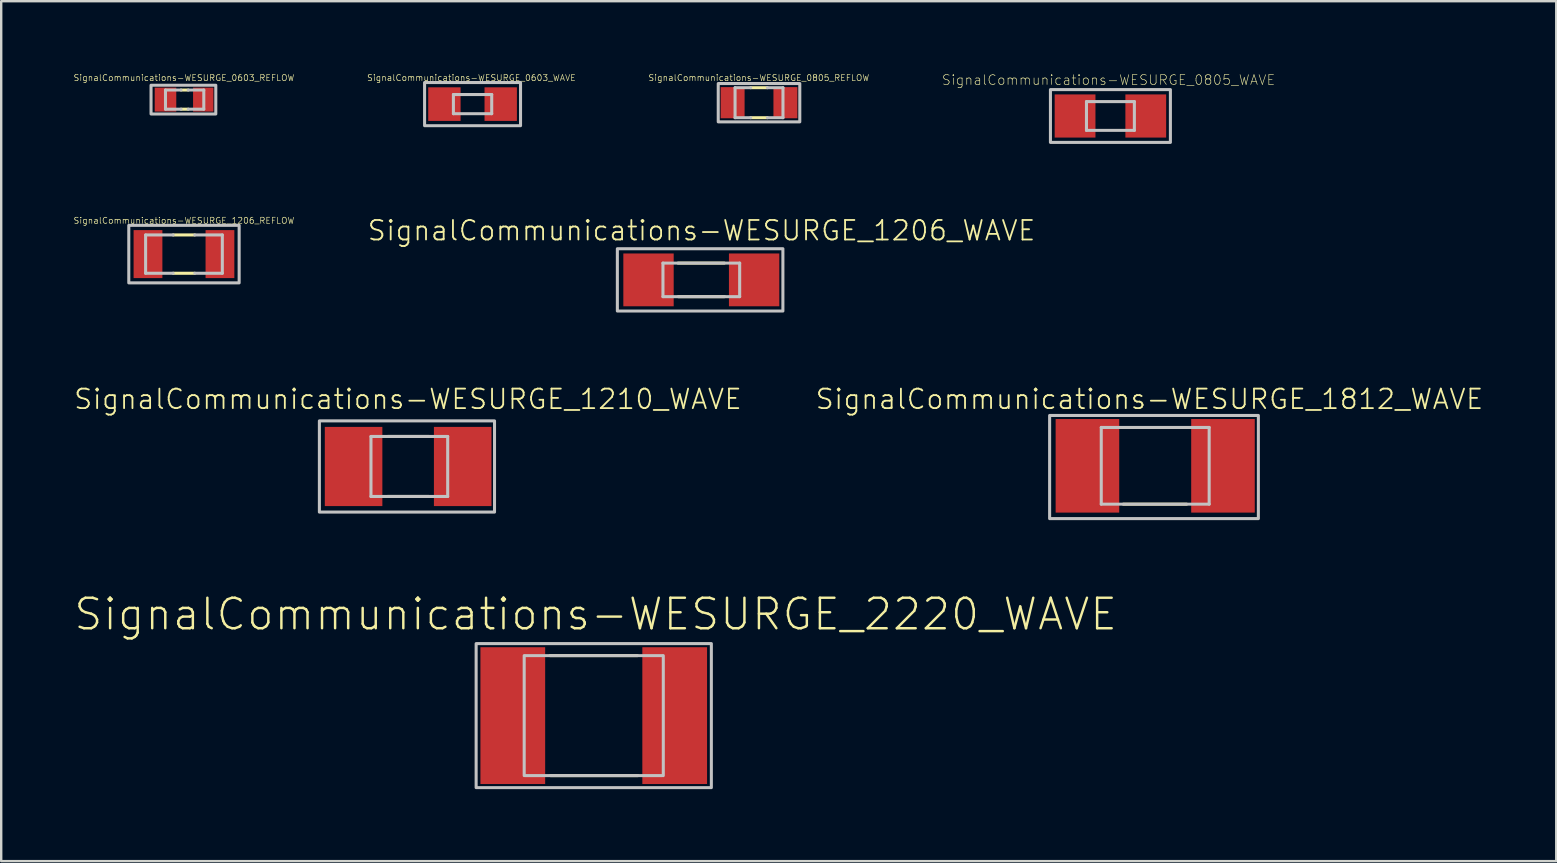
<source format=kicad_pcb>
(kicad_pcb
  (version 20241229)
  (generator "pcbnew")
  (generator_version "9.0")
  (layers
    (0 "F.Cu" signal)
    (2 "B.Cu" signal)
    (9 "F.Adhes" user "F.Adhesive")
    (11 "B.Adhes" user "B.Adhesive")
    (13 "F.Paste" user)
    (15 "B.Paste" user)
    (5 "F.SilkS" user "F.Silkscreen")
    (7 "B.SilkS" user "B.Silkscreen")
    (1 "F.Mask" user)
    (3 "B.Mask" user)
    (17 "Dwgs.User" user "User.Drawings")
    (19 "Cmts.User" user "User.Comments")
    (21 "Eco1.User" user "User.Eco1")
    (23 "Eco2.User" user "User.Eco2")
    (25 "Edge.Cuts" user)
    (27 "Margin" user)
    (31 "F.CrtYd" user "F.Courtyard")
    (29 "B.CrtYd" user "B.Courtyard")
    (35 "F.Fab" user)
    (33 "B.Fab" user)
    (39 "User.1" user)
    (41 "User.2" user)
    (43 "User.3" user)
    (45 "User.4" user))
  (footprint "SignalCommunications-WESURGE_1812_WAVE"
    (layer "F.Cu")
    (at 45.081 16.358)
    (property "Reference" "SignalCommunications-WESURGE_1812_WAVE" (at -0.239 -2.776 0) (layer "F.SilkS") (effects (font (size 0.813 0.813) (thickness 0.076))))
    (attr smd)
    (fp_line (start -1.328 1.598) (end 1.308 1.598) (stroke (width 0.127) (type solid)) (layer "F.SilkS"))
    (fp_line (start -2.248 -1.598) (end -2.248 1.598) (stroke (width 0.127) (type solid)) (layer "Dwgs.User"))
    (fp_line (start -2.248 -1.598) (end 2.248 -1.598) (stroke (width 0.127) (type solid)) (layer "Dwgs.User"))
    (fp_line (start -2.248 1.598) (end 2.248 1.598) (stroke (width 0.127) (type solid)) (layer "Dwgs.User"))
    (fp_line (start 2.248 -1.598) (end 2.248 1.598) (stroke (width 0.127) (type solid)) (layer "Dwgs.User"))
    (fp_poly (pts (xy -4.399 -2.098) (xy 4.298 -2.098) (xy 4.298 2.2) (xy -4.399 2.2) (xy -4.399 -2.098)) (stroke (width 0.127) (type solid)) (fill no) (layer "Dwgs.User"))
    (pad "1" smd rect (at -2.824 0) (size 2.649 3.899) (layers "F.Cu" "F.Mask" "F.Paste"))
    (pad "2" smd rect (at 2.824 0) (size 2.649 3.899) (layers "F.Cu" "F.Mask" "F.Paste")))
  (footprint "SignalCommunications-WESURGE_1206_WAVE"
    (layer "F.Cu")
    (at 26.17 8.611)
    (property "Reference" "SignalCommunications-WESURGE_1206_WAVE" (at 0.008 -2.055 0) (layer "F.SilkS") (effects (font (size 0.813 0.813) (thickness 0.076))))
    (attr smd)
    (fp_line (start -0.968 -0.699) (end 0.958 -0.699) (stroke (width 0.127) (type solid)) (layer "F.SilkS"))
    (fp_line (start -0.958 0.699) (end 0.968 0.699) (stroke (width 0.127) (type solid)) (layer "F.SilkS"))
    (fp_line (start -1.598 -0.699) (end -1.598 0.699) (stroke (width 0.127) (type solid)) (layer "Dwgs.User"))
    (fp_line (start -1.598 -0.699) (end 1.598 -0.699) (stroke (width 0.127) (type solid)) (layer "Dwgs.User"))
    (fp_line (start -1.598 0.699) (end 1.598 0.699) (stroke (width 0.127) (type solid)) (layer "Dwgs.User"))
    (fp_line (start 1.598 -0.699) (end 1.598 0.699) (stroke (width 0.127) (type solid)) (layer "Dwgs.User"))
    (fp_poly (pts (xy -3.498 -1.298) (xy 3.399 -1.298) (xy 3.399 1.298) (xy -3.498 1.298) (xy -3.498 -1.298)) (stroke (width 0.127) (type solid)) (fill no) (layer "Dwgs.User"))
    (pad "1" smd rect (at -2.2 0) (size 2.098 2.2) (layers "F.Cu" "F.Mask" "F.Paste"))
    (pad "2" smd rect (at 2.2 0) (size 2.098 2.2) (layers "F.Cu" "F.Mask" "F.Paste")))
  (footprint "SignalCommunications-WESURGE_2220_WAVE"
    (layer "F.Cu")
    (at 21.688 26.766)
    (property "Reference" "SignalCommunications-WESURGE_2220_WAVE" (at 0.079 -4.224 0) (layer "F.SilkS") (effects (font (size 1.27 1.27) (thickness 0.102))))
    (attr smd)
    (fp_line (start -1.819 -2.499) (end 1.819 -2.499) (stroke (width 0.127) (type solid)) (layer "F.SilkS"))
    (fp_line (start -1.798 2.499) (end 1.839 2.499) (stroke (width 0.127) (type solid)) (layer "F.SilkS"))
    (fp_line (start -2.898 -2.499) (end -2.898 2.499) (stroke (width 0.127) (type solid)) (layer "Dwgs.User"))
    (fp_line (start -2.85 -2.499) (end 2.85 -2.499) (stroke (width 0.127) (type solid)) (layer "Dwgs.User"))
    (fp_line (start -2.85 2.499) (end 2.85 2.499) (stroke (width 0.127) (type solid)) (layer "Dwgs.User"))
    (fp_line (start 2.898 -2.499) (end 2.898 2.499) (stroke (width 0.127) (type solid)) (layer "Dwgs.User"))
    (fp_poly (pts (xy 4.9 -3) (xy 4.9 3) (xy -4.9 3) (xy -4.9 -3) (xy 4.9 -3)) (stroke (width 0.127) (type solid)) (fill no) (layer "Dwgs.User"))
    (pad "1" smd rect (at -3.373 0) (size 2.697 5.7) (layers "F.Cu" "F.Mask" "F.Paste"))
    (pad "2" smd rect (at 3.373 0) (size 2.697 5.7) (layers "F.Cu" "F.Mask" "F.Paste")))
  (footprint "SignalCommunications-WESURGE_1206_REFLOW"
    (layer "F.Cu")
    (at 4.615 7.537)
    (property "Reference" "SignalCommunications-WESURGE_1206_REFLOW" (at 0 -1.397 0) (layer "F.SilkS") (effects (font (size 0.254 0.254) (thickness 0.025))))
    (attr smd)
    (fp_line (start -0.45 -0.798) (end 0.45 -0.798) (stroke (width 0.127) (type solid)) (layer "F.SilkS"))
    (fp_line (start -0.45 0.798) (end 0.45 0.798) (stroke (width 0.127) (type solid)) (layer "F.SilkS"))
    (fp_line (start -1.598 -0.798) (end -1.598 0.798) (stroke (width 0.127) (type solid)) (layer "Dwgs.User"))
    (fp_line (start -1.598 -0.798) (end -0.45 -0.798) (stroke (width 0.127) (type solid)) (layer "Dwgs.User"))
    (fp_line (start -1.598 0.798) (end -0.45 0.798) (stroke (width 0.127) (type solid)) (layer "Dwgs.User"))
    (fp_line (start 0.45 -0.798) (end 1.598 -0.798) (stroke (width 0.127) (type solid)) (layer "Dwgs.User"))
    (fp_line (start 0.45 0.798) (end 1.598 0.798) (stroke (width 0.127) (type solid)) (layer "Dwgs.User"))
    (fp_line (start 1.598 -0.798) (end 1.598 0.798) (stroke (width 0.127) (type solid)) (layer "Dwgs.User"))
    (fp_poly (pts (xy -2.299 -1.199) (xy 2.299 -1.199) (xy 2.299 1.199) (xy -2.299 1.199) (xy -2.299 -1.199)) (stroke (width 0.127) (type solid)) (fill no) (layer "Dwgs.User"))
    (pad "1" smd rect (at -1.499 0) (size 1.199 1.999) (layers "F.Cu" "F.Mask" "F.Paste"))
    (pad "2" smd rect (at 1.499 0) (size 1.199 1.999) (layers "F.Cu" "F.Mask" "F.Paste")))
  (footprint "SignalCommunications-WESURGE_0805_WAVE"
    (layer "F.Cu")
    (at 43.215 1.783)
    (property "Reference" "SignalCommunications-WESURGE_0805_WAVE" (at -0.079 -1.501 0) (layer "F.SilkS") (effects (font (size 0.406 0.406) (thickness 0.025))))
    (attr smd)
    (fp_line (start -0.998 -0.599) (end -0.998 0.599) (stroke (width 0.127) (type solid)) (layer "Dwgs.User"))
    (fp_line (start -0.998 -0.599) (end 0.998 -0.599) (stroke (width 0.127) (type solid)) (layer "Dwgs.User"))
    (fp_line (start -0.998 0.599) (end 0.998 0.599) (stroke (width 0.127) (type solid)) (layer "Dwgs.User"))
    (fp_line (start 0.998 -0.599) (end 0.998 0.599) (stroke (width 0.127) (type solid)) (layer "Dwgs.User"))
    (fp_poly (pts (xy -2.499 -1.1) (xy 2.499 -1.1) (xy 2.499 1.1) (xy -2.499 1.1) (xy -2.499 -1.1)) (stroke (width 0.127) (type solid)) (fill no) (layer "Dwgs.User"))
    (pad "1" smd rect (at -1.473 0) (size 1.699 1.798) (layers "F.Cu" "F.Mask" "F.Paste"))
    (pad "2" smd rect (at 1.473 0) (size 1.699 1.798) (layers "F.Cu" "F.Mask" "F.Paste")))
  (footprint "SignalCommunications-WESURGE_1210_WAVE"
    (layer "F.Cu")
    (at 13.955 16.386)
    (property "Reference" "SignalCommunications-WESURGE_1210_WAVE" (at -0.008 -2.804 0) (layer "F.SilkS") (effects (font (size 0.813 0.813) (thickness 0.076))))
    (attr smd)
    (fp_line (start -0.869 1.25) (end 0.869 1.25) (stroke (width 0.127) (type solid)) (layer "F.SilkS"))
    (fp_line (start -0.859 -1.25) (end 0.879 -1.25) (stroke (width 0.127) (type solid)) (layer "F.SilkS"))
    (fp_line (start -1.549 -1.25) (end -1.549 1.25) (stroke (width 0.127) (type solid)) (layer "Dwgs.User"))
    (fp_line (start -1.549 -1.25) (end 1.648 -1.25) (stroke (width 0.127) (type solid)) (layer "Dwgs.User"))
    (fp_line (start -1.549 1.25) (end 1.648 1.25) (stroke (width 0.127) (type solid)) (layer "Dwgs.User"))
    (fp_line (start 1.648 -1.25) (end 1.648 1.25) (stroke (width 0.127) (type solid)) (layer "Dwgs.User"))
    (fp_poly (pts (xy -3.698 -1.9) (xy 3.599 -1.9) (xy 3.599 1.9) (xy -3.698 1.9) (xy -3.698 -1.9)) (stroke (width 0.127) (type solid)) (fill no) (layer "Dwgs.User"))
    (pad "1" smd rect (at -2.273 0) (size 2.398 3.299) (layers "F.Cu" "F.Mask" "F.Paste"))
    (pad "2" smd rect (at 2.273 0) (size 2.398 3.299) (layers "F.Cu" "F.Mask" "F.Paste")))
  (footprint "SignalCommunications-WESURGE_0603_WAVE"
    (layer "F.Cu")
    (at 16.639 1.288)
    (property "Reference" "SignalCommunications-WESURGE_0603_WAVE" (at -0.048 -1.095 0) (layer "F.SilkS") (effects (font (size 0.254 0.254) (thickness 0.025))))
    (attr smd)
    (fp_line (start -0.798 -0.399) (end -0.798 0.399) (stroke (width 0.127) (type solid)) (layer "Dwgs.User"))
    (fp_line (start -0.798 -0.399) (end 0.798 -0.399) (stroke (width 0.127) (type solid)) (layer "Dwgs.User"))
    (fp_line (start -0.798 0.399) (end 0.798 0.399) (stroke (width 0.127) (type solid)) (layer "Dwgs.User"))
    (fp_line (start 0.798 -0.399) (end 0.798 0.399) (stroke (width 0.127) (type solid)) (layer "Dwgs.User"))
    (fp_poly (pts (xy -1.999 -0.899) (xy 1.999 -0.899) (xy 1.999 0.899) (xy -1.999 0.899) (xy -1.999 -0.899)) (stroke (width 0.127) (type solid)) (fill no) (layer "Dwgs.User"))
    (pad "1" smd rect (at -1.173 0) (size 1.349 1.4) (layers "F.Cu" "F.Mask" "F.Paste"))
    (pad "2" smd rect (at 1.173 0) (size 1.349 1.4) (layers "F.Cu" "F.Mask" "F.Paste")))
  (footprint "SignalCommunications-WESURGE_0805_REFLOW"
    (layer "F.Cu")
    (at 28.574 1.229)
    (property "Reference" "SignalCommunications-WESURGE_0805_REFLOW" (at -0.008 -1.036 0) (layer "F.SilkS") (effects (font (size 0.254 0.254) (thickness 0.025))))
    (attr smd)
    (fp_line (start -0.348 -0.625) (end 0.348 -0.625) (stroke (width 0.127) (type solid)) (layer "F.SilkS"))
    (fp_line (start -0.348 0.625) (end 0.348 0.625) (stroke (width 0.127) (type solid)) (layer "F.SilkS"))
    (fp_line (start -0.998 -0.625) (end -0.998 0.625) (stroke (width 0.127) (type solid)) (layer "Dwgs.User"))
    (fp_line (start -0.998 -0.625) (end -0.348 -0.625) (stroke (width 0.127) (type solid)) (layer "Dwgs.User"))
    (fp_line (start -0.998 0.625) (end -0.348 0.625) (stroke (width 0.127) (type solid)) (layer "Dwgs.User"))
    (fp_line (start 0.348 -0.625) (end 0.998 -0.625) (stroke (width 0.127) (type solid)) (layer "Dwgs.User"))
    (fp_line (start 0.348 0.625) (end 0.998 0.625) (stroke (width 0.127) (type solid)) (layer "Dwgs.User"))
    (fp_line (start 0.998 -0.625) (end 0.998 0.625) (stroke (width 0.127) (type solid)) (layer "Dwgs.User"))
    (fp_poly (pts (xy 1.699 -0.798) (xy 1.699 0.798) (xy -1.699 0.798) (xy -1.699 -0.798) (xy 1.699 -0.798)) (stroke (width 0.127) (type solid)) (fill no) (layer "Dwgs.User"))
    (pad "1" smd rect (at -1.1 0) (size 0.998 1.298) (layers "F.Cu" "F.Mask" "F.Paste"))
    (pad "2" smd rect (at 1.1 0) (size 0.998 1.298) (layers "F.Cu" "F.Mask" "F.Paste")))
  (footprint "SignalCommunications-WESURGE_0603_REFLOW"
    (layer "F.Cu")
    (at 4.643 1.1)
    (property "Reference" "SignalCommunications-WESURGE_0603_REFLOW" (at -0.028 -0.907 0) (layer "F.SilkS") (effects (font (size 0.254 0.254) (thickness 0.025))))
    (attr smd)
    (fp_line (start -0.15 -0.399) (end 0.15 -0.399) (stroke (width 0.127) (type solid)) (layer "F.SilkS"))
    (fp_line (start -0.15 0.399) (end 0.15 0.399) (stroke (width 0.127) (type solid)) (layer "F.SilkS"))
    (fp_line (start -0.798 -0.399) (end -0.798 0.399) (stroke (width 0.127) (type solid)) (layer "Dwgs.User"))
    (fp_line (start -0.798 -0.399) (end -0.15 -0.399) (stroke (width 0.127) (type solid)) (layer "Dwgs.User"))
    (fp_line (start -0.798 0.399) (end -0.15 0.399) (stroke (width 0.127) (type solid)) (layer "Dwgs.User"))
    (fp_line (start 0.15 -0.399) (end 0.798 -0.399) (stroke (width 0.127) (type solid)) (layer "Dwgs.User"))
    (fp_line (start 0.15 0.399) (end 0.798 0.399) (stroke (width 0.127) (type solid)) (layer "Dwgs.User"))
    (fp_line (start 0.798 -0.399) (end 0.798 0.399) (stroke (width 0.127) (type solid)) (layer "Dwgs.User"))
    (fp_poly (pts (xy -1.4 -0.599) (xy 1.298 -0.599) (xy 1.298 0.599) (xy -1.4 0.599) (xy -1.4 -0.599)) (stroke (width 0.127) (type solid)) (fill no) (layer "Dwgs.User"))
    (pad "1" smd rect (at -0.798 0) (size 0.899 0.998) (layers "F.Cu" "F.Mask" "F.Paste"))
    (pad "2" smd rect (at 0.775 0) (size 0.848 0.998) (layers "F.Cu" "F.Mask" "F.Paste")))
  (gr_rect
    (start -3 -3)
    (end 61.79 32.829)
    (stroke (width 0.1) (type default))
    (fill no)
    (layer "Edge.Cuts")))
</source>
